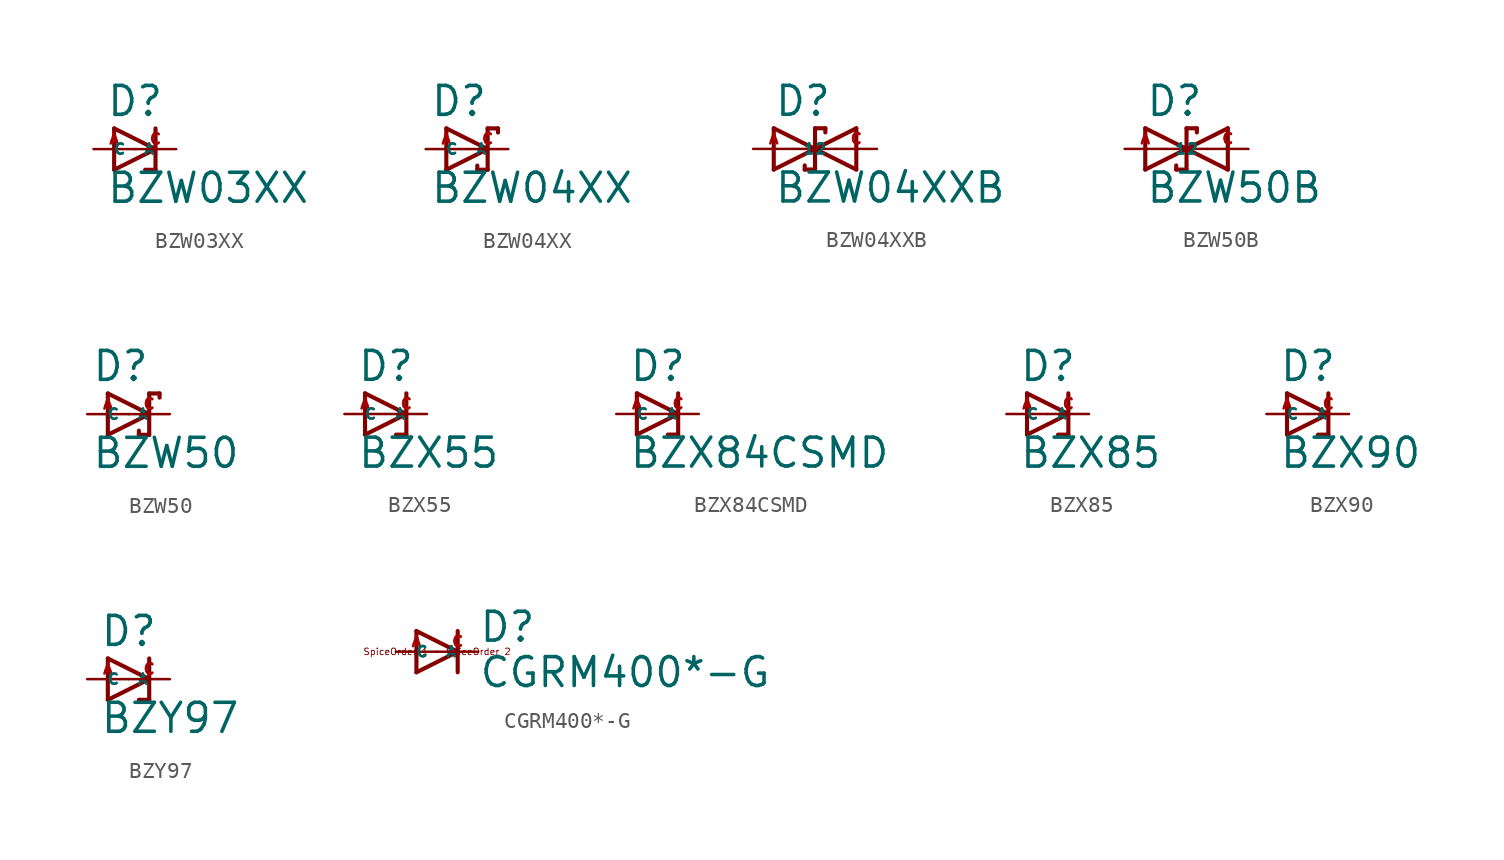
<source format=kicad_sym>
(kicad_symbol_lib
  (version 20220914)
  (generator Eagle2Kicad)
  (symbol "BZW03XX"
    (property "Reference" "D"
      (at -1.778 1.905 0)
      (effects (font (size 1.778 1.778) (thickness 0.22)) (justify left bottom)))
    (property "Value" "BZW03XX"
      (at -1.778 -3.429 0)
      (effects (font (size 1.778 1.778) (thickness 0.22)) (justify left bottom)))
    (polyline
      (pts (xy -1.27 -1.27) (xy 1.27 0))
      (stroke (width 0.254) (type default))
      (fill (type none)))
    (polyline
      (pts (xy 1.27 0) (xy -1.27 1.27))
      (stroke (width 0.254) (type default))
      (fill (type none)))
    (polyline
      (pts (xy 1.27 1.27) (xy 1.27 0))
      (stroke (width 0.254) (type default))
      (fill (type none)))
    (polyline
      (pts (xy -1.27 1.27) (xy -1.27 -1.27))
      (stroke (width 0.254) (type default))
      (fill (type none)))
    (polyline
      (pts (xy 1.27 0) (xy 1.27 -1.27))
      (stroke (width 0.254) (type default))
      (fill (type none)))
    (polyline
      (pts (xy 1.27 -1.27) (xy 0.635 -1.27))
      (stroke (width 0.254) (type default))
      (fill (type none)))
    (pin passive line
      (at -2.54 0 0)
      (length 2.54)
      (name "A" (effects (font (size 0.635 0.635) (thickness 0.08)) (justify left bottom)))
      (number "A" (effects (font (size 0.635 0.635) (thickness 0.08)) (justify left bottom))))
    (pin passive line
      (at 2.54 0 180)
      (length 2.54)
      (name "C" (effects (font (size 0.635 0.635) (thickness 0.08)) (justify left bottom)))
      (number "C" (effects (font (size 0.635 0.635) (thickness 0.08)) (justify left bottom)))))
  (symbol "BZW04XX"
    (property "Reference" "D"
      (at -2.286 1.905 0)
      (effects (font (size 1.778 1.778) (thickness 0.22)) (justify left bottom)))
    (property "Value" "BZW04XX"
      (at -2.286 -3.429 0)
      (effects (font (size 1.778 1.778) (thickness 0.22)) (justify left bottom)))
    (polyline
      (pts (xy -1.27 -1.27) (xy 1.27 0))
      (stroke (width 0.254) (type default))
      (fill (type none)))
    (polyline
      (pts (xy 1.27 0) (xy -1.27 1.27))
      (stroke (width 0.254) (type default))
      (fill (type none)))
    (polyline
      (pts (xy 1.905 1.27) (xy 1.27 1.27))
      (stroke (width 0.254) (type default))
      (fill (type none)))
    (polyline
      (pts (xy 1.27 1.27) (xy 1.27 0))
      (stroke (width 0.254) (type default))
      (fill (type none)))
    (polyline
      (pts (xy -1.27 1.27) (xy -1.27 -1.27))
      (stroke (width 0.254) (type default))
      (fill (type none)))
    (polyline
      (pts (xy 1.27 0) (xy 1.27 -1.27))
      (stroke (width 0.254) (type default))
      (fill (type none)))
    (polyline
      (pts (xy 1.905 1.27) (xy 1.905 1.016))
      (stroke (width 0.254) (type default))
      (fill (type none)))
    (polyline
      (pts (xy 1.27 -1.27) (xy 0.635 -1.27))
      (stroke (width 0.254) (type default))
      (fill (type none)))
    (polyline
      (pts (xy 0.635 -1.016) (xy 0.635 -1.27))
      (stroke (width 0.254) (type default))
      (fill (type none)))
    (pin passive line
      (at -2.54 0 0)
      (length 2.54)
      (name "A" (effects (font (size 0.635 0.635) (thickness 0.08)) (justify left bottom)))
      (number "A" (effects (font (size 0.635 0.635) (thickness 0.08)) (justify left bottom))))
    (pin passive line
      (at 2.54 0 180)
      (length 2.54)
      (name "C" (effects (font (size 0.635 0.635) (thickness 0.08)) (justify left bottom)))
      (number "C" (effects (font (size 0.635 0.635) (thickness 0.08)) (justify left bottom)))))
  (symbol "BZW04XXB"
    (property "Reference" "D"
      (at -1.27 1.905 0)
      (effects (font (size 1.778 1.778) (thickness 0.22)) (justify left bottom)))
    (property "Value" "BZW04XXB"
      (at -1.27 -3.429 0)
      (effects (font (size 1.778 1.778) (thickness 0.22)) (justify left bottom)))
    (polyline
      (pts (xy -1.27 -1.27) (xy 1.27 0))
      (stroke (width 0.254) (type default))
      (fill (type none)))
    (polyline
      (pts (xy 1.27 0) (xy -1.27 1.27))
      (stroke (width 0.254) (type default))
      (fill (type none)))
    (polyline
      (pts (xy 1.905 1.27) (xy 1.27 1.27))
      (stroke (width 0.254) (type default))
      (fill (type none)))
    (polyline
      (pts (xy 1.27 1.27) (xy 1.27 0))
      (stroke (width 0.254) (type default))
      (fill (type none)))
    (polyline
      (pts (xy 0 0) (xy 1.27 0))
      (stroke (width 0.152) (type default))
      (fill (type none)))
    (polyline
      (pts (xy -1.27 1.27) (xy -1.27 -1.27))
      (stroke (width 0.254) (type default))
      (fill (type none)))
    (polyline
      (pts (xy 1.27 0) (xy 1.27 -1.27))
      (stroke (width 0.254) (type default))
      (fill (type none)))
    (polyline
      (pts (xy 1.27 -1.27) (xy 0.635 -1.27))
      (stroke (width 0.254) (type default))
      (fill (type none)))
    (polyline
      (pts (xy 3.81 1.27) (xy 3.81 -1.27))
      (stroke (width 0.254) (type default))
      (fill (type none)))
    (polyline
      (pts (xy 3.81 -1.27) (xy 1.27 0))
      (stroke (width 0.254) (type default))
      (fill (type none)))
    (polyline
      (pts (xy 1.27 0) (xy 3.81 1.27))
      (stroke (width 0.254) (type default))
      (fill (type none)))
    (polyline
      (pts (xy 1.27 0) (xy 2.54 0))
      (stroke (width 0.152) (type default))
      (fill (type none)))
    (polyline
      (pts (xy 1.905 1.27) (xy 1.905 1.016))
      (stroke (width 0.254) (type default))
      (fill (type none)))
    (polyline
      (pts (xy 0.635 -1.016) (xy 0.635 -1.27))
      (stroke (width 0.254) (type default))
      (fill (type none)))
    (pin passive line
      (at -2.54 0 0)
      (length 2.54)
      (name "1" (effects (font (size 0.635 0.635) (thickness 0.08)) (justify left bottom)))
      (number "A" (effects (font (size 0.635 0.635) (thickness 0.08)) (justify left bottom))))
    (pin passive line
      (at 5.08 0 180)
      (length 2.54)
      (name "2" (effects (font (size 0.635 0.635) (thickness 0.08)) (justify left bottom)))
      (number "C" (effects (font (size 0.635 0.635) (thickness 0.08)) (justify left bottom)))))
  (symbol "BZW50B"
    (property "Reference" "D"
      (at -1.27 1.905 0)
      (effects (font (size 1.778 1.778) (thickness 0.22)) (justify left bottom)))
    (property "Value" "BZW50B"
      (at -1.27 -3.429 0)
      (effects (font (size 1.778 1.778) (thickness 0.22)) (justify left bottom)))
    (polyline
      (pts (xy -1.27 -1.27) (xy 1.27 0))
      (stroke (width 0.254) (type default))
      (fill (type none)))
    (polyline
      (pts (xy 1.27 0) (xy -1.27 1.27))
      (stroke (width 0.254) (type default))
      (fill (type none)))
    (polyline
      (pts (xy 1.905 1.27) (xy 1.27 1.27))
      (stroke (width 0.254) (type default))
      (fill (type none)))
    (polyline
      (pts (xy 1.27 1.27) (xy 1.27 0))
      (stroke (width 0.254) (type default))
      (fill (type none)))
    (polyline
      (pts (xy 0 0) (xy 1.27 0))
      (stroke (width 0.152) (type default))
      (fill (type none)))
    (polyline
      (pts (xy -1.27 1.27) (xy -1.27 -1.27))
      (stroke (width 0.254) (type default))
      (fill (type none)))
    (polyline
      (pts (xy 1.27 0) (xy 1.27 -1.27))
      (stroke (width 0.254) (type default))
      (fill (type none)))
    (polyline
      (pts (xy 1.27 -1.27) (xy 0.635 -1.27))
      (stroke (width 0.254) (type default))
      (fill (type none)))
    (polyline
      (pts (xy 3.81 1.27) (xy 3.81 -1.27))
      (stroke (width 0.254) (type default))
      (fill (type none)))
    (polyline
      (pts (xy 3.81 -1.27) (xy 1.27 0))
      (stroke (width 0.254) (type default))
      (fill (type none)))
    (polyline
      (pts (xy 1.27 0) (xy 3.81 1.27))
      (stroke (width 0.254) (type default))
      (fill (type none)))
    (polyline
      (pts (xy 1.27 0) (xy 2.54 0))
      (stroke (width 0.152) (type default))
      (fill (type none)))
    (polyline
      (pts (xy 1.905 1.27) (xy 1.905 1.016))
      (stroke (width 0.254) (type default))
      (fill (type none)))
    (polyline
      (pts (xy 0.635 -1.016) (xy 0.635 -1.27))
      (stroke (width 0.254) (type default))
      (fill (type none)))
    (pin passive line
      (at -2.54 0 0)
      (length 2.54)
      (name "1" (effects (font (size 0.635 0.635) (thickness 0.08)) (justify left bottom)))
      (number "A" (effects (font (size 0.635 0.635) (thickness 0.08)) (justify left bottom))))
    (pin passive line
      (at 5.08 0 180)
      (length 2.54)
      (name "2" (effects (font (size 0.635 0.635) (thickness 0.08)) (justify left bottom)))
      (number "C" (effects (font (size 0.635 0.635) (thickness 0.08)) (justify left bottom)))))
  (symbol "BZW50"
    (property "Reference" "D"
      (at -2.286 1.905 0)
      (effects (font (size 1.778 1.778) (thickness 0.22)) (justify left bottom)))
    (property "Value" "BZW50"
      (at -2.286 -3.429 0)
      (effects (font (size 1.778 1.778) (thickness 0.22)) (justify left bottom)))
    (polyline
      (pts (xy -1.27 -1.27) (xy 1.27 0))
      (stroke (width 0.254) (type default))
      (fill (type none)))
    (polyline
      (pts (xy 1.27 0) (xy -1.27 1.27))
      (stroke (width 0.254) (type default))
      (fill (type none)))
    (polyline
      (pts (xy 1.905 1.27) (xy 1.27 1.27))
      (stroke (width 0.254) (type default))
      (fill (type none)))
    (polyline
      (pts (xy 1.27 1.27) (xy 1.27 0))
      (stroke (width 0.254) (type default))
      (fill (type none)))
    (polyline
      (pts (xy -1.27 1.27) (xy -1.27 -1.27))
      (stroke (width 0.254) (type default))
      (fill (type none)))
    (polyline
      (pts (xy 1.27 0) (xy 1.27 -1.27))
      (stroke (width 0.254) (type default))
      (fill (type none)))
    (polyline
      (pts (xy 1.905 1.27) (xy 1.905 1.016))
      (stroke (width 0.254) (type default))
      (fill (type none)))
    (polyline
      (pts (xy 1.27 -1.27) (xy 0.635 -1.27))
      (stroke (width 0.254) (type default))
      (fill (type none)))
    (polyline
      (pts (xy 0.635 -1.016) (xy 0.635 -1.27))
      (stroke (width 0.254) (type default))
      (fill (type none)))
    (pin passive line
      (at -2.54 0 0)
      (length 2.54)
      (name "A" (effects (font (size 0.635 0.635) (thickness 0.08)) (justify left bottom)))
      (number "A" (effects (font (size 0.635 0.635) (thickness 0.08)) (justify left bottom))))
    (pin passive line
      (at 2.54 0 180)
      (length 2.54)
      (name "C" (effects (font (size 0.635 0.635) (thickness 0.08)) (justify left bottom)))
      (number "C" (effects (font (size 0.635 0.635) (thickness 0.08)) (justify left bottom)))))
  (symbol "BZX55"
    (property "Reference" "D"
      (at -1.778 1.905 0)
      (effects (font (size 1.778 1.778) (thickness 0.22)) (justify left bottom)))
    (property "Value" "BZX55"
      (at -1.778 -3.429 0)
      (effects (font (size 1.778 1.778) (thickness 0.22)) (justify left bottom)))
    (polyline
      (pts (xy -1.27 -1.27) (xy 1.27 0))
      (stroke (width 0.254) (type default))
      (fill (type none)))
    (polyline
      (pts (xy 1.27 0) (xy -1.27 1.27))
      (stroke (width 0.254) (type default))
      (fill (type none)))
    (polyline
      (pts (xy 1.27 1.27) (xy 1.27 0))
      (stroke (width 0.254) (type default))
      (fill (type none)))
    (polyline
      (pts (xy -1.27 1.27) (xy -1.27 -1.27))
      (stroke (width 0.254) (type default))
      (fill (type none)))
    (polyline
      (pts (xy 1.27 0) (xy 1.27 -1.27))
      (stroke (width 0.254) (type default))
      (fill (type none)))
    (polyline
      (pts (xy 1.27 -1.27) (xy 0.635 -1.27))
      (stroke (width 0.254) (type default))
      (fill (type none)))
    (pin passive line
      (at -2.54 0 0)
      (length 2.54)
      (name "A" (effects (font (size 0.635 0.635) (thickness 0.08)) (justify left bottom)))
      (number "A" (effects (font (size 0.635 0.635) (thickness 0.08)) (justify left bottom))))
    (pin passive line
      (at 2.54 0 180)
      (length 2.54)
      (name "C" (effects (font (size 0.635 0.635) (thickness 0.08)) (justify left bottom)))
      (number "C" (effects (font (size 0.635 0.635) (thickness 0.08)) (justify left bottom)))))
  (symbol "BZX84CSMD"
    (property "Reference" "D"
      (at -1.778 1.905 0)
      (effects (font (size 1.778 1.778) (thickness 0.22)) (justify left bottom)))
    (property "Value" "BZX84CSMD"
      (at -1.778 -3.429 0)
      (effects (font (size 1.778 1.778) (thickness 0.22)) (justify left bottom)))
    (polyline
      (pts (xy -1.27 -1.27) (xy 1.27 0))
      (stroke (width 0.254) (type default))
      (fill (type none)))
    (polyline
      (pts (xy 1.27 0) (xy -1.27 1.27))
      (stroke (width 0.254) (type default))
      (fill (type none)))
    (polyline
      (pts (xy 1.27 1.27) (xy 1.27 0))
      (stroke (width 0.254) (type default))
      (fill (type none)))
    (polyline
      (pts (xy -1.27 1.27) (xy -1.27 -1.27))
      (stroke (width 0.254) (type default))
      (fill (type none)))
    (polyline
      (pts (xy 1.27 0) (xy 1.27 -1.27))
      (stroke (width 0.254) (type default))
      (fill (type none)))
    (polyline
      (pts (xy 1.27 -1.27) (xy 0.635 -1.27))
      (stroke (width 0.254) (type default))
      (fill (type none)))
    (pin passive line
      (at -2.54 0 0)
      (length 2.54)
      (name "A" (effects (font (size 0.635 0.635) (thickness 0.08)) (justify left bottom)))
      (number "A" (effects (font (size 0.635 0.635) (thickness 0.08)) (justify left bottom))))
    (pin passive line
      (at 2.54 0 180)
      (length 2.54)
      (name "C" (effects (font (size 0.635 0.635) (thickness 0.08)) (justify left bottom)))
      (number "C" (effects (font (size 0.635 0.635) (thickness 0.08)) (justify left bottom)))))
  (symbol "BZX85"
    (property "Reference" "D"
      (at -1.778 1.905 0)
      (effects (font (size 1.778 1.778) (thickness 0.22)) (justify left bottom)))
    (property "Value" "BZX85"
      (at -1.778 -3.429 0)
      (effects (font (size 1.778 1.778) (thickness 0.22)) (justify left bottom)))
    (polyline
      (pts (xy -1.27 -1.27) (xy 1.27 0))
      (stroke (width 0.254) (type default))
      (fill (type none)))
    (polyline
      (pts (xy 1.27 0) (xy -1.27 1.27))
      (stroke (width 0.254) (type default))
      (fill (type none)))
    (polyline
      (pts (xy 1.27 1.27) (xy 1.27 0))
      (stroke (width 0.254) (type default))
      (fill (type none)))
    (polyline
      (pts (xy -1.27 1.27) (xy -1.27 -1.27))
      (stroke (width 0.254) (type default))
      (fill (type none)))
    (polyline
      (pts (xy 1.27 0) (xy 1.27 -1.27))
      (stroke (width 0.254) (type default))
      (fill (type none)))
    (polyline
      (pts (xy 1.27 -1.27) (xy 0.635 -1.27))
      (stroke (width 0.254) (type default))
      (fill (type none)))
    (pin passive line
      (at -2.54 0 0)
      (length 2.54)
      (name "A" (effects (font (size 0.635 0.635) (thickness 0.08)) (justify left bottom)))
      (number "A" (effects (font (size 0.635 0.635) (thickness 0.08)) (justify left bottom))))
    (pin passive line
      (at 2.54 0 180)
      (length 2.54)
      (name "C" (effects (font (size 0.635 0.635) (thickness 0.08)) (justify left bottom)))
      (number "C" (effects (font (size 0.635 0.635) (thickness 0.08)) (justify left bottom)))))
  (symbol "BZX90"
    (property "Reference" "D"
      (at -1.778 1.905 0)
      (effects (font (size 1.778 1.778) (thickness 0.22)) (justify left bottom)))
    (property "Value" "BZX90"
      (at -1.778 -3.429 0)
      (effects (font (size 1.778 1.778) (thickness 0.22)) (justify left bottom)))
    (polyline
      (pts (xy -1.27 -1.27) (xy 1.27 0))
      (stroke (width 0.254) (type default))
      (fill (type none)))
    (polyline
      (pts (xy 1.27 0) (xy -1.27 1.27))
      (stroke (width 0.254) (type default))
      (fill (type none)))
    (polyline
      (pts (xy 1.27 1.27) (xy 1.27 0))
      (stroke (width 0.254) (type default))
      (fill (type none)))
    (polyline
      (pts (xy -1.27 1.27) (xy -1.27 -1.27))
      (stroke (width 0.254) (type default))
      (fill (type none)))
    (polyline
      (pts (xy 1.27 0) (xy 1.27 -1.27))
      (stroke (width 0.254) (type default))
      (fill (type none)))
    (polyline
      (pts (xy 1.27 -1.27) (xy 0.635 -1.27))
      (stroke (width 0.254) (type default))
      (fill (type none)))
    (pin passive line
      (at -2.54 0 0)
      (length 2.54)
      (name "A" (effects (font (size 0.635 0.635) (thickness 0.08)) (justify left bottom)))
      (number "A" (effects (font (size 0.635 0.635) (thickness 0.08)) (justify left bottom))))
    (pin passive line
      (at 2.54 0 180)
      (length 2.54)
      (name "C" (effects (font (size 0.635 0.635) (thickness 0.08)) (justify left bottom)))
      (number "C" (effects (font (size 0.635 0.635) (thickness 0.08)) (justify left bottom)))))
  (symbol "BZY97"
    (property "Reference" "D"
      (at -1.778 1.905 0)
      (effects (font (size 1.778 1.778) (thickness 0.22)) (justify left bottom)))
    (property "Value" "BZY97"
      (at -1.778 -3.429 0)
      (effects (font (size 1.778 1.778) (thickness 0.22)) (justify left bottom)))
    (polyline
      (pts (xy -1.27 -1.27) (xy 1.27 0))
      (stroke (width 0.254) (type default))
      (fill (type none)))
    (polyline
      (pts (xy 1.27 0) (xy -1.27 1.27))
      (stroke (width 0.254) (type default))
      (fill (type none)))
    (polyline
      (pts (xy 1.27 1.27) (xy 1.27 0))
      (stroke (width 0.254) (type default))
      (fill (type none)))
    (polyline
      (pts (xy -1.27 1.27) (xy -1.27 -1.27))
      (stroke (width 0.254) (type default))
      (fill (type none)))
    (polyline
      (pts (xy 1.27 0) (xy 1.27 -1.27))
      (stroke (width 0.254) (type default))
      (fill (type none)))
    (polyline
      (pts (xy 1.27 -1.27) (xy 0.635 -1.27))
      (stroke (width 0.254) (type default))
      (fill (type none)))
    (pin passive line
      (at -2.54 0 0)
      (length 2.54)
      (name "A" (effects (font (size 0.635 0.635) (thickness 0.08)) (justify left bottom)))
      (number "A" (effects (font (size 0.635 0.635) (thickness 0.08)) (justify left bottom))))
    (pin passive line
      (at 2.54 0 180)
      (length 2.54)
      (name "C" (effects (font (size 0.635 0.635) (thickness 0.08)) (justify left bottom)))
      (number "C" (effects (font (size 0.635 0.635) (thickness 0.08)) (justify left bottom)))))
  (symbol "CGRM400*-G"
    (property "Reference" "D"
      (at 2.54 0.483 0)
      (effects (font (size 1.778 1.778) (thickness 0.22)) (justify left bottom)))
    (property "Value" "CGRM400*-G"
      (at 2.54 -2.311 0)
      (effects (font (size 1.778 1.778) (thickness 0.22)) (justify left bottom)))
    (polyline
      (pts (xy -1.27 -1.27) (xy 1.27 0))
      (stroke (width 0.254) (type default))
      (fill (type none)))
    (polyline
      (pts (xy 1.27 0) (xy -1.27 1.27))
      (stroke (width 0.254) (type default))
      (fill (type none)))
    (polyline
      (pts (xy 1.27 1.27) (xy 1.27 0))
      (stroke (width 0.254) (type default))
      (fill (type none)))
    (polyline
      (pts (xy -1.27 1.27) (xy -1.27 -1.27))
      (stroke (width 0.254) (type default))
      (fill (type none)))
    (polyline
      (pts (xy 1.27 0) (xy 1.27 -1.27))
      (stroke (width 0.254) (type default))
      (fill (type none)))
    (text "SpiceOrder 1"
      (at -2.54 0 0)
      (effects (font (size 0.406 0.406) (thickness 0.05))))
    (text "SpiceOrder 2"
      (at 2.54 0 0)
      (effects (font (size 0.406 0.406) (thickness 0.05))))
    (pin passive line
      (at -2.54 0 0)
      (length 2.54)
      (name "A" (effects (font (size 0.635 0.635) (thickness 0.08)) (justify left bottom)))
      (number "A" (effects (font (size 0.635 0.635) (thickness 0.08)) (justify left bottom))))
    (pin passive line
      (at 2.54 0 180)
      (length 2.54)
      (name "C" (effects (font (size 0.635 0.635) (thickness 0.08)) (justify left bottom)))
      (number "C" (effects (font (size 0.635 0.635) (thickness 0.08)) (justify left bottom))))))
</source>
